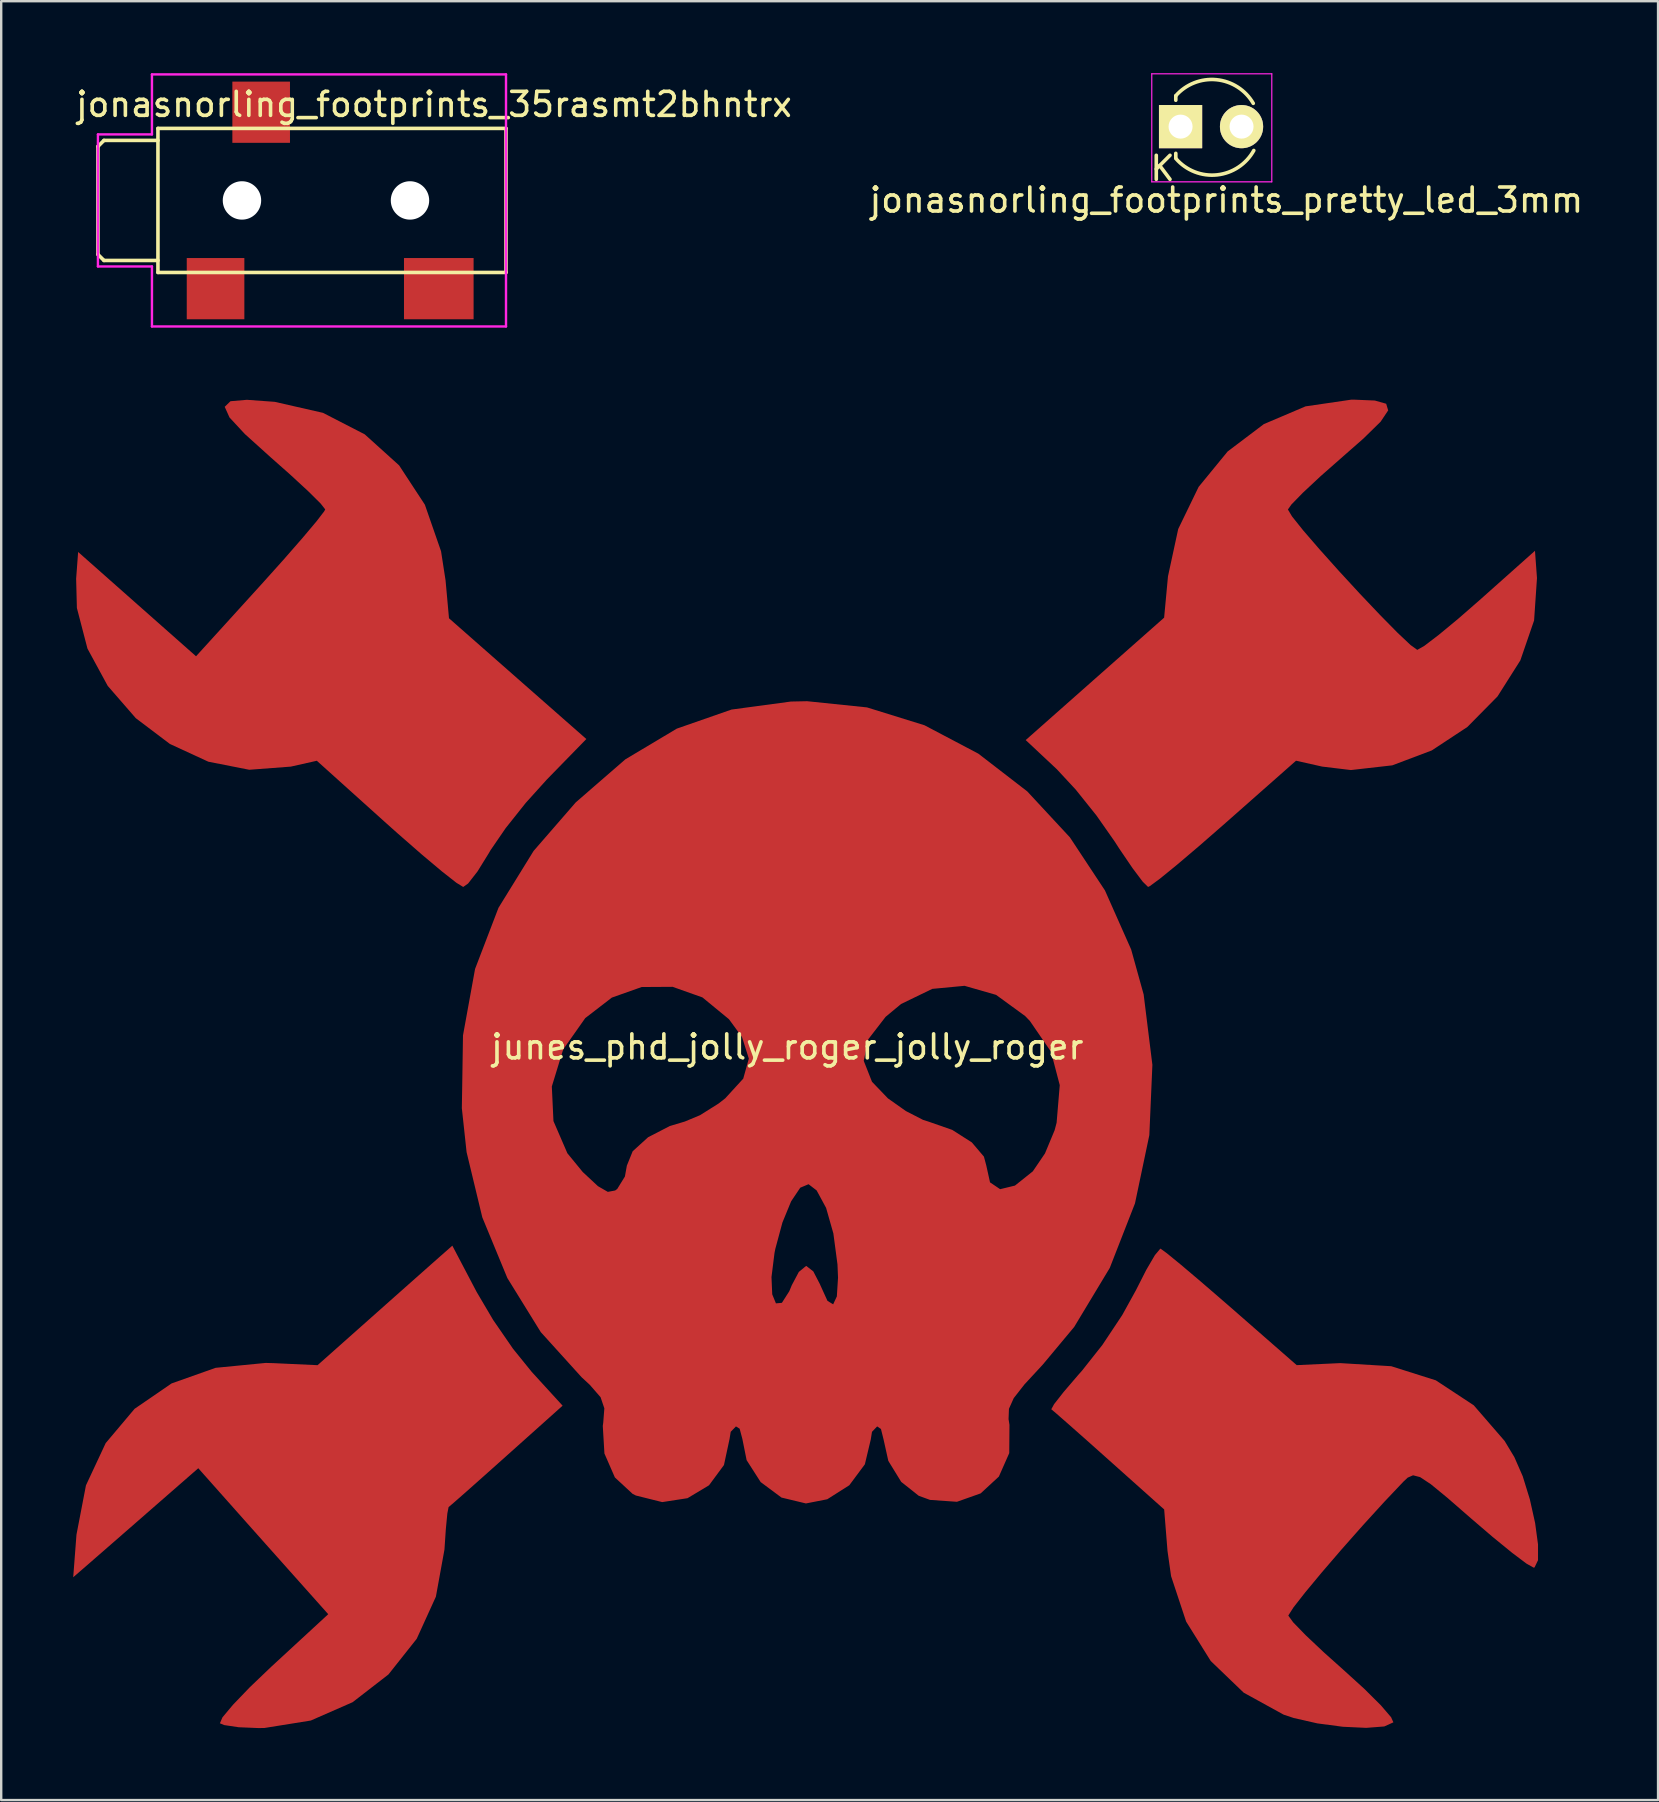
<source format=kicad_pcb>
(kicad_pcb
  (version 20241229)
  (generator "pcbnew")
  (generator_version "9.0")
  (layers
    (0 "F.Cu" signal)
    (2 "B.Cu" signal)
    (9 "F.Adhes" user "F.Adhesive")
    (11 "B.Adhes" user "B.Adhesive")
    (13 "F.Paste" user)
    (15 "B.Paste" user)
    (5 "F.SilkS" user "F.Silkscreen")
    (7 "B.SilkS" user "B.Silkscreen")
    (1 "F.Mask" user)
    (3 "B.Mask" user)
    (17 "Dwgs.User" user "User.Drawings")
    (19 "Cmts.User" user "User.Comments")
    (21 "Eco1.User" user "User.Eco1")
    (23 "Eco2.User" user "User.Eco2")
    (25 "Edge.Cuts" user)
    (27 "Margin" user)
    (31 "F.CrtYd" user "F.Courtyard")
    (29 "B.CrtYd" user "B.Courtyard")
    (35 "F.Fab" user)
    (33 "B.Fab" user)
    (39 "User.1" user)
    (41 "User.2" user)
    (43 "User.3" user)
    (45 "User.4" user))
  (footprint "jonasnorling_footprints_pretty_led_3mm"
    (layer "F.Cu")
    (at 46.132 2.225)
    (property "Reference" "jonasnorling_footprints_pretty_led_3mm" (at 1.91 3.06 0) (layer "F.SilkS") (effects (font (size 1 1) (thickness 0.15))))
    (attr through_hole)
    (fp_line (start -0.199 -1.28) (end -0.199 -1.1) (stroke (width 0.15) (type solid)) (layer "F.SilkS"))
    (fp_line (start -0.199 1.314) (end -0.199 1.114) (stroke (width 0.15) (type solid)) (layer "F.SilkS"))
    (fp_arc (start -0.199 -1.286) (mid 1.495903 -1.954571) (end 3.028744 -0.969643) (stroke (width 0.15) (type solid)) (layer "F.SilkS"))
    (fp_arc (start 3.051 0.994) (mid 1.522637 2.009958) (end -0.18622 1.340726) (stroke (width 0.15) (type solid)) (layer "F.SilkS"))
    (fp_line (start -1.2 -2.2) (end -1.2 2.3) (stroke (width 0.05) (type solid)) (layer "F.CrtYd"))
    (fp_line (start -1.2 2.3) (end 3.8 2.3) (stroke (width 0.05) (type solid)) (layer "F.CrtYd"))
    (fp_line (start 3.8 -2.2) (end -1.2 -2.2) (stroke (width 0.05) (type solid)) (layer "F.CrtYd"))
    (fp_line (start 3.8 2.3) (end 3.8 -2.2) (stroke (width 0.05) (type solid)) (layer "F.CrtYd"))
    (fp_text user "K" (at -0.75 1.74 0) (layer "F.SilkS") (effects (font (size 1 1) (thickness 0.15))))
    (pad "1" thru_hole rect (at 0 0 90) (size 1.8 1.8) (drill 1) (layers "*.Cu" "*.Mask" "F.SilkS"))
    (pad "2" thru_hole circle (at 2.54 0) (size 1.8 1.8) (drill 1) (layers "*.Cu" "*.Mask" "F.SilkS")))
  (footprint "jonasnorling_footprints_35rasmt2bhntrx"
    (layer "F.Cu")
    (at 7.03 5.3)
    (property "Reference" "jonasnorling_footprints_35rasmt2bhntrx" (at 8 -4 0) (layer "F.SilkS") (effects (font (size 1 1) (thickness 0.15))))
    (attr through_hole)
    (fp_line (start -6 -2.25) (end -5.75 -2.5) (stroke (width 0.15) (type solid)) (layer "F.SilkS"))
    (fp_line (start -6 2.25) (end -6 -2.25) (stroke (width 0.15) (type solid)) (layer "F.SilkS"))
    (fp_line (start -5.75 -2.5) (end -3.5 -2.5) (stroke (width 0.15) (type solid)) (layer "F.SilkS"))
    (fp_line (start -5.75 2.5) (end -6 2.25) (stroke (width 0.15) (type solid)) (layer "F.SilkS"))
    (fp_line (start -3.5 -3) (end 11 -3) (stroke (width 0.15) (type solid)) (layer "F.SilkS"))
    (fp_line (start -3.5 2.5) (end -5.75 2.5) (stroke (width 0.15) (type solid)) (layer "F.SilkS"))
    (fp_line (start -3.5 3) (end -3.5 -3) (stroke (width 0.15) (type solid)) (layer "F.SilkS"))
    (fp_line (start 11 -3) (end 11 3) (stroke (width 0.15) (type solid)) (layer "F.SilkS"))
    (fp_line (start 11 3) (end -3.5 3) (stroke (width 0.15) (type solid)) (layer "F.SilkS"))
    (fp_line (start -6 2.75) (end -6 -2.75) (stroke (width 0.1) (type solid)) (layer "F.CrtYd"))
    (fp_line (start -6 2.75) (end -3.75 2.75) (stroke (width 0.1) (type solid)) (layer "F.CrtYd"))
    (fp_line (start -3.75 -5.25) (end -3.75 -2.75) (stroke (width 0.1) (type solid)) (layer "F.CrtYd"))
    (fp_line (start -3.75 -5.25) (end 11 -5.25) (stroke (width 0.1) (type solid)) (layer "F.CrtYd"))
    (fp_line (start -3.75 -2.75) (end -6 -2.75) (stroke (width 0.1) (type solid)) (layer "F.CrtYd"))
    (fp_line (start -3.75 2.75) (end -3.75 5.25) (stroke (width 0.1) (type solid)) (layer "F.CrtYd"))
    (fp_line (start 11 -5.25) (end 11 5.25) (stroke (width 0.1) (type solid)) (layer "F.CrtYd"))
    (fp_line (start 11 5.25) (end -3.75 5.25) (stroke (width 0.1) (type solid)) (layer "F.CrtYd"))
    (pad "" np_thru_hole circle (at 0 0) (size 1.6 1.6) (drill 1.6) (layers "*.Cu" "*.Mask"))
    (pad "" np_thru_hole circle (at 7 0) (size 1.6 1.6) (drill 1.6) (layers "*.Cu" "*.Mask"))
    (pad "1" smd rect (at -1.1 3.675) (size 2.4 2.55) (layers "F.Cu" "F.Mask" "F.Paste"))
    (pad "2" smd rect (at 8.2 3.675) (size 2.9 2.55) (layers "F.Cu" "F.Mask" "F.Paste"))
    (pad "3" smd rect (at 0.8 -3.675) (size 2.4 2.55) (layers "F.Cu" "F.Mask" "F.Paste")))
  (footprint "junes_phd_jolly_roger_jolly_roger"
    (layer "F.Cu")
    (at 29.749 40.065)
    (property "Reference" "junes_phd_jolly_roger_jolly_roger" (at 0 0.5 0) (layer "F.SilkS") (effects (font (size 1 1) (thickness 0.15))))
    (attr through_hole)
    (pad "1" smd custom (at 0 0) (size 0.001 0.001) (layers "F.Cu" "F.Mask" "F.Paste") (options (anchor rect)) (primitives (gr_poly (pts (xy -12.942 10.707) (xy -12.254 11.874) (xy -11.426 13.075) (xy -10.645 14.04) (xy -9.361 15.445) (xy -11.699 17.537) (xy -12.619 18.358) (xy -13.382 19.036) (xy -13.907 19.497) (xy -14.111 19.67) (xy -14.163 19.936) (xy -14.226 20.591) (xy -14.283 21.44) (xy -14.64 23.402) (xy -15.439 25.157) (xy -16.617 26.643) (xy -18.109 27.798) (xy -19.851 28.562) (xy -21.78 28.872) (xy -22.023 28.876) (xy -22.857 28.841) (xy -23.46 28.751) (xy -23.638 28.677) (xy -23.532 28.43) (xy -23.094 27.906) (xy -22.396 27.179) (xy -21.505 26.327) (xy -21.481 26.305) (xy -19.125 24.132) (xy -20.725 22.338) (xy -21.619 21.335) (xy -22.538 20.303) (xy -23.308 19.436) (xy -23.432 19.297) (xy -24.539 18.051) (xy -26.507 19.769) (xy -27.435 20.579) (xy -28.28 21.316) (xy -28.914 21.868) (xy -29.112 22.04) (xy -29.749 22.593) (xy -29.613 20.817) (xy -29.218 18.764) (xy -28.396 17.004) (xy -27.193 15.576) (xy -25.651 14.518) (xy -23.816 13.868) (xy -21.73 13.664) (xy -21.409 13.673) (xy -19.569 13.758) (xy -17.338 11.776) (xy -16.372 10.918) (xy -15.501 10.145) (xy -14.835 9.555) (xy -14.531 9.286) (xy -13.955 8.779) (xy -12.942 10.707)) (width 0) (fill yes))))
    (pad "2" smd custom (at 0 0) (size 0.001 0.001) (layers "F.Cu" "F.Mask" "F.Paste") (options (anchor rect)) (primitives (gr_poly (pts (xy 15.808 9.092) (xy 16.387 9.565) (xy 17.208 10.26) (xy 18.193 11.11) (xy 18.476 11.356) (xy 21.221 13.756) (xy 23.037 13.672) (xy 25.159 13.801) (xy 27.017 14.389) (xy 28.597 15.429) (xy 29.882 16.913) (xy 30.289 17.589) (xy 30.639 18.389) (xy 30.934 19.347) (xy 31.154 20.335) (xy 31.274 21.223) (xy 31.274 21.883) (xy 31.129 22.185) (xy 31.091 22.192) (xy 30.794 22.025) (xy 30.191 21.571) (xy 29.37 20.901) (xy 28.492 20.148) (xy 27.492 19.278) (xy 26.809 18.717) (xy 26.362 18.421) (xy 26.068 18.345) (xy 25.843 18.444) (xy 25.667 18.61) (xy 24.866 19.456) (xy 23.983 20.425) (xy 23.091 21.433) (xy 22.262 22.397) (xy 21.569 23.232) (xy 21.083 23.854) (xy 20.877 24.178) (xy 20.875 24.195) (xy 21.073 24.469) (xy 21.596 25.008) (xy 22.361 25.729) (xy 23.146 26.431) (xy 24.032 27.236) (xy 24.727 27.927) (xy 25.154 28.424) (xy 25.249 28.637) (xy 24.869 28.809) (xy 24.117 28.867) (xy 23.139 28.821) (xy 22.084 28.681) (xy 21.098 28.457) (xy 20.675 28.316) (xy 19.013 27.401) (xy 17.641 26.083) (xy 16.615 24.44) (xy 15.988 22.548) (xy 15.839 21.497) (xy 15.7 19.768) (xy 13.398 17.712) (xy 12.482 16.895) (xy 11.72 16.221) (xy 11.197 15.763) (xy 10.997 15.594) (xy 11.114 15.382) (xy 11.512 14.874) (xy 12.114 14.171) (xy 12.281 13.982) (xy 13.126 12.914) (xy 13.953 11.67) (xy 14.519 10.644) (xy 14.953 9.79) (xy 15.314 9.173) (xy 15.535 8.908) (xy 15.552 8.906) (xy 15.808 9.092)) (width 0) (fill yes))))
    (pad "3" smd custom (at 0 0) (size 0.001 0.001) (layers "F.Cu" "F.Mask" "F.Paste") (options (anchor rect)) (primitives (gr_poly (pts (xy 3.319 -13.645) (xy 5.715 -12.901) (xy 7.959 -11.718) (xy 9.996 -10.146) (xy 11.773 -8.231) (xy 13.233 -6.02) (xy 14.324 -3.562) (xy 14.845 -1.688) (xy 15.209 1.247) (xy 15.082 4.174) (xy 14.484 7.018) (xy 13.434 9.706) (xy 11.953 12.163) (xy 10.643 13.734) (xy 9.879 14.56) (xy 9.432 15.132) (xy 9.234 15.574) (xy 9.217 16.005) (xy 9.255 16.243) (xy 9.246 17.421) (xy 8.814 18.398) (xy 8.055 19.099) (xy 7.067 19.449) (xy 5.947 19.371) (xy 5.474 19.198) (xy 4.745 18.619) (xy 4.208 17.745) (xy 4.011 16.857) (xy 3.901 16.416) (xy 3.743 16.309) (xy 3.528 16.534) (xy 3.476 16.857) (xy 3.231 17.888) (xy 2.583 18.76) (xy 1.664 19.344) (xy 0.776 19.518) (xy -0.243 19.273) (xy -1.11 18.628) (xy -1.695 17.715) (xy -1.872 16.832) (xy -1.986 16.404) (xy -2.139 16.309) (xy -2.358 16.533) (xy -2.406 16.832) (xy -2.639 17.918) (xy -3.262 18.762) (xy -4.157 19.299) (xy -5.211 19.462) (xy -6.308 19.188) (xy -6.447 19.117) (xy -7.183 18.435) (xy -7.619 17.437) (xy -7.687 16.29) (xy -7.669 16.158) (xy -7.622 15.557) (xy -7.779 15.093) (xy -8.227 14.578) (xy -8.571 14.259) (xy -10.27 12.381) (xy -11.662 10.13) (xy -11.679 10.089) (xy -0.659 10.089) (xy -0.628 10.807) (xy -0.474 11.183) (xy -0.226 11.16) (xy 0.082 10.678) (xy 0.186 10.427) (xy 0.48 9.873) (xy 0.779 9.626) (xy 0.793 9.625) (xy 1.083 9.851) (xy 1.366 10.397) (xy 1.377 10.427) (xy 1.673 11.078) (xy 1.91 11.223) (xy 2.064 10.892) (xy 2.113 10.112) (xy 2.09 9.558) (xy 1.919 8.27) (xy 1.616 7.206) (xy 1.222 6.478) (xy 0.885 6.219) (xy 0.54 6.364) (xy 0.159 6.932) (xy -0.204 7.816) (xy -0.499 8.911) (xy -0.534 9.088) (xy -0.659 10.089) (xy -11.679 10.089) (xy -12.706 7.601) (xy -13.361 4.883) (xy -13.559 3.05) (xy -13.544 2.147) (xy -9.81 2.147) (xy -9.742 3.589) (xy -9.162 4.93) (xy -8.521 5.712) (xy -7.888 6.301) (xy -7.477 6.538) (xy -7.171 6.48) (xy -7.085 6.416) (xy -6.766 5.899) (xy -6.684 5.444) (xy -6.442 4.846) (xy -5.801 4.263) (xy -4.893 3.794) (xy -4.27 3.608) (xy -3.637 3.344) (xy -2.87 2.862) (xy -2.588 2.643) (xy -1.836 1.821) (xy -1.629 1.079) (xy 3.184 1.079) (xy 3.528 1.951) (xy 4.192 2.643) (xy 4.94 3.171) (xy 5.656 3.539) (xy 5.874 3.608) (xy 6.871 3.956) (xy 7.687 4.477) (xy 8.191 5.07) (xy 8.288 5.433) (xy 8.445 6.142) (xy 8.866 6.426) (xy 9.484 6.276) (xy 10.227 5.683) (xy 10.228 5.682) (xy 10.734 4.937) (xy 11.136 3.971) (xy 11.219 3.658) (xy 11.35 2.092) (xy 10.984 0.698) (xy 10.106 -0.581) (xy 9.907 -0.788) (xy 8.697 -1.669) (xy 7.384 -2.046) (xy 6.04 -1.919) (xy 4.739 -1.289) (xy 4.095 -0.754) (xy 3.373 0.181) (xy 3.184 1.079) (xy -1.629 1.079) (xy -1.603 0.986) (xy -1.887 0.087) (xy -2.431 -0.655) (xy -3.536 -1.563) (xy -4.778 -2.004) (xy -6.067 -1.996) (xy -7.31 -1.555) (xy -8.418 -0.701) (xy -9.3 0.552) (xy -9.355 0.663) (xy -9.81 2.147) (xy -13.544 2.147) (xy -13.511 0.02) (xy -13.008 -2.749) (xy -12.032 -5.297) (xy -10.569 -7.666) (xy -8.812 -9.69) (xy -6.749 -11.48) (xy -4.605 -12.76) (xy -2.325 -13.555) (xy 0.148 -13.889) (xy 0.825 -13.903) (xy 3.319 -13.645)) (width 0) (fill yes))))
    (pad "4" smd custom (at 0 0) (size 0.001 0.001) (layers "F.Cu" "F.Mask" "F.Paste") (options (anchor rect)) (primitives (gr_poly (pts (xy -21.385 -26.377) (xy -21.351 -26.374) (xy -19.343 -25.916) (xy -17.602 -25.019) (xy -16.172 -23.728) (xy -15.099 -22.09) (xy -14.425 -20.15) (xy -14.237 -18.936) (xy -14.094 -17.358) (xy -11.233 -14.842) (xy -8.372 -12.327) (xy -10.016 -10.642) (xy -10.897 -9.666) (xy -11.732 -8.616) (xy -12.364 -7.695) (xy -12.447 -7.553) (xy -12.906 -6.811) (xy -13.298 -6.308) (xy -13.502 -6.164) (xy -13.786 -6.339) (xy -14.387 -6.811) (xy -15.227 -7.517) (xy -16.23 -8.393) (xy -16.685 -8.799) (xy -19.6 -11.422) (xy -20.684 -11.178) (xy -22.416 -11.047) (xy -24.12 -11.383) (xy -25.72 -12.121) (xy -27.142 -13.196) (xy -28.312 -14.542) (xy -29.155 -16.094) (xy -29.596 -17.787) (xy -29.627 -19.006) (xy -29.544 -20.12) (xy -27.088 -17.947) (xy -24.632 -15.775) (xy -21.941 -18.736) (xy -21 -19.784) (xy -20.203 -20.696) (xy -19.612 -21.398) (xy -19.291 -21.816) (xy -19.251 -21.894) (xy -19.441 -22.137) (xy -19.957 -22.649) (xy -20.718 -23.351) (xy -21.527 -24.067) (xy -22.6 -25.035) (xy -23.238 -25.723) (xy -23.438 -26.167) (xy -23.198 -26.4) (xy -22.514 -26.459) (xy -21.385 -26.377)) (width 0) (fill yes))))
    (pad "5" smd custom (at 0 0) (size 0.001 0.001) (layers "F.Cu" "F.Mask" "F.Paste") (options (anchor rect)) (primitives (gr_poly (pts (xy 24.477 -26.429) (xy 24.949 -26.295) (xy 25.032 -26.018) (xy 24.718 -25.548) (xy 23.995 -24.84) (xy 23.13 -24.081) (xy 22.219 -23.279) (xy 21.482 -22.591) (xy 21.001 -22.098) (xy 20.855 -21.889) (xy 21.028 -21.599) (xy 21.494 -21.016) (xy 22.174 -20.229) (xy 22.986 -19.322) (xy 23.851 -18.383) (xy 24.69 -17.499) (xy 25.421 -16.756) (xy 25.966 -16.242) (xy 26.243 -16.042) (xy 26.246 -16.042) (xy 26.541 -16.211) (xy 27.141 -16.669) (xy 27.957 -17.344) (xy 28.831 -18.106) (xy 31.148 -20.17) (xy 31.231 -19.031) (xy 31.111 -17.268) (xy 30.538 -15.603) (xy 29.587 -14.102) (xy 28.332 -12.83) (xy 26.846 -11.851) (xy 25.204 -11.231) (xy 23.48 -11.035) (xy 22.283 -11.179) (xy 21.193 -11.424) (xy 18.206 -8.787) (xy 17.148 -7.864) (xy 16.229 -7.084) (xy 15.523 -6.509) (xy 15.105 -6.201) (xy 15.029 -6.165) (xy 14.808 -6.382) (xy 14.383 -6.947) (xy 13.835 -7.753) (xy 13.636 -8.061) (xy 12.878 -9.143) (xy 12.016 -10.219) (xy 11.229 -11.068) (xy 11.182 -11.112) (xy 9.931 -12.284) (xy 12.814 -14.834) (xy 15.698 -17.383) (xy 15.859 -19.106) (xy 16.285 -21.077) (xy 17.135 -22.831) (xy 18.345 -24.308) (xy 19.852 -25.447) (xy 21.589 -26.186) (xy 23.493 -26.465) (xy 23.626 -26.465) (xy 24.477 -26.429)) (width 0) (fill yes)))))
  (gr_rect
    (start -3 -3)
    (end 66.024 71.941)
    (stroke (width 0.1) (type default))
    (fill no)
    (layer "Edge.Cuts")))
</source>
